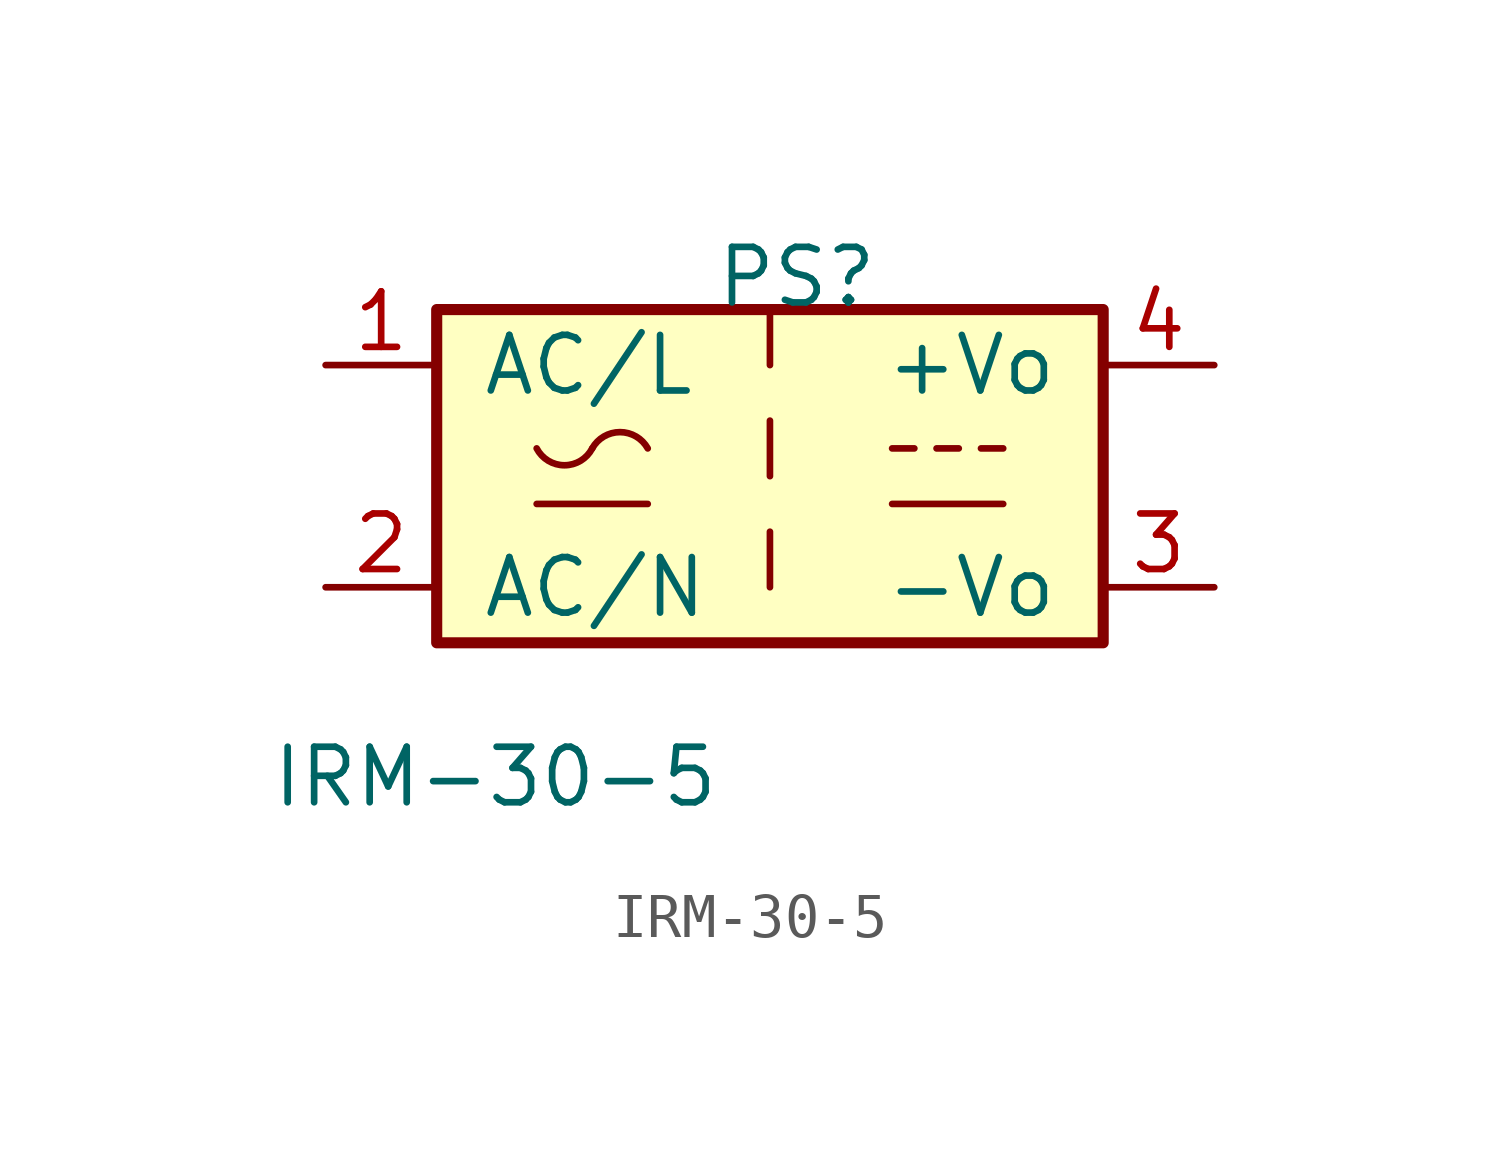
<source format=kicad_sym>
(kicad_symbol_lib
  (version 20211014)
  (generator kicad_symbol_editor)
  (symbol "IRM-30-5"
    (pin_names
      (offset 1.016))
    (property "Reference" "PS"
      (at -1.27 3.81 0)
      (effects (font (size 1.27 1.27)) (justify left bottom)))
    (property "Value" "IRM-30-5"
      (at -11.43 -7.62 0)
      (effects (font (size 1.27 1.27)) (justify left bottom)))
    (symbol "IRM-30-5_0_1"
      (rectangle (start -7.62 3.81) (end 7.62 -3.81) (stroke (width 0.254) (type default) (color 0 0 0 0)) (fill (type background)))
      (arc (start -5.334 0.635) (mid -4.699 0.2495) (end -4.064 0.635) (stroke (width 0) (type default) (color 0 0 0 0)) (fill (type none)))
      (arc (start -2.794 0.635) (mid -3.429 1.0072) (end -4.064 0.635) (stroke (width 0) (type default) (color 0 0 0 0)) (fill (type none)))
      (polyline (pts (xy -5.334 -0.635) (xy -2.794 -0.635)) (stroke (width 0) (type default) (color 0 0 0 0)) (fill (type none)))
      (polyline (pts (xy 0 -1.27) (xy 0 -2.54)) (stroke (width 0) (type default) (color 0 0 0 0)) (fill (type none)))
      (polyline (pts (xy 0 1.27) (xy 0 0)) (stroke (width 0) (type default) (color 0 0 0 0)) (fill (type none)))
      (polyline (pts (xy 0 3.81) (xy 0 2.54)) (stroke (width 0) (type default) (color 0 0 0 0)) (fill (type none)))
      (polyline (pts (xy 2.794 -0.635) (xy 5.334 -0.635)) (stroke (width 0) (type default) (color 0 0 0 0)) (fill (type none)))
      (polyline (pts (xy 2.794 0.635) (xy 3.302 0.635)) (stroke (width 0) (type default) (color 0 0 0 0)) (fill (type none)))
      (polyline (pts (xy 3.81 0.635) (xy 4.318 0.635)) (stroke (width 0) (type default) (color 0 0 0 0)) (fill (type none)))
      (polyline (pts (xy 4.826 0.635) (xy 5.334 0.635)) (stroke (width 0) (type default) (color 0 0 0 0)) (fill (type none))))
    (symbol "IRM-30-5_1_1"
      (pin power_in line (at -10.16 2.54 0) (length 2.54) (name "AC/L" (effects (font (size 1.27 1.27)))) (number "1" (effects (font (size 1.27 1.27)))))
      (pin power_in line (at -10.16 -2.54 0) (length 2.54) (name "AC/N" (effects (font (size 1.27 1.27)))) (number "2" (effects (font (size 1.27 1.27)))))
      (pin power_out line (at 10.16 -2.54 180) (length 2.54) (name "-Vo" (effects (font (size 1.27 1.27)))) (number "3" (effects (font (size 1.27 1.27)))))
      (pin power_out line (at 10.16 2.54 180) (length 2.54) (name "+Vo" (effects (font (size 1.27 1.27)))) (number "4" (effects (font (size 1.27 1.27))))))))
</source>
